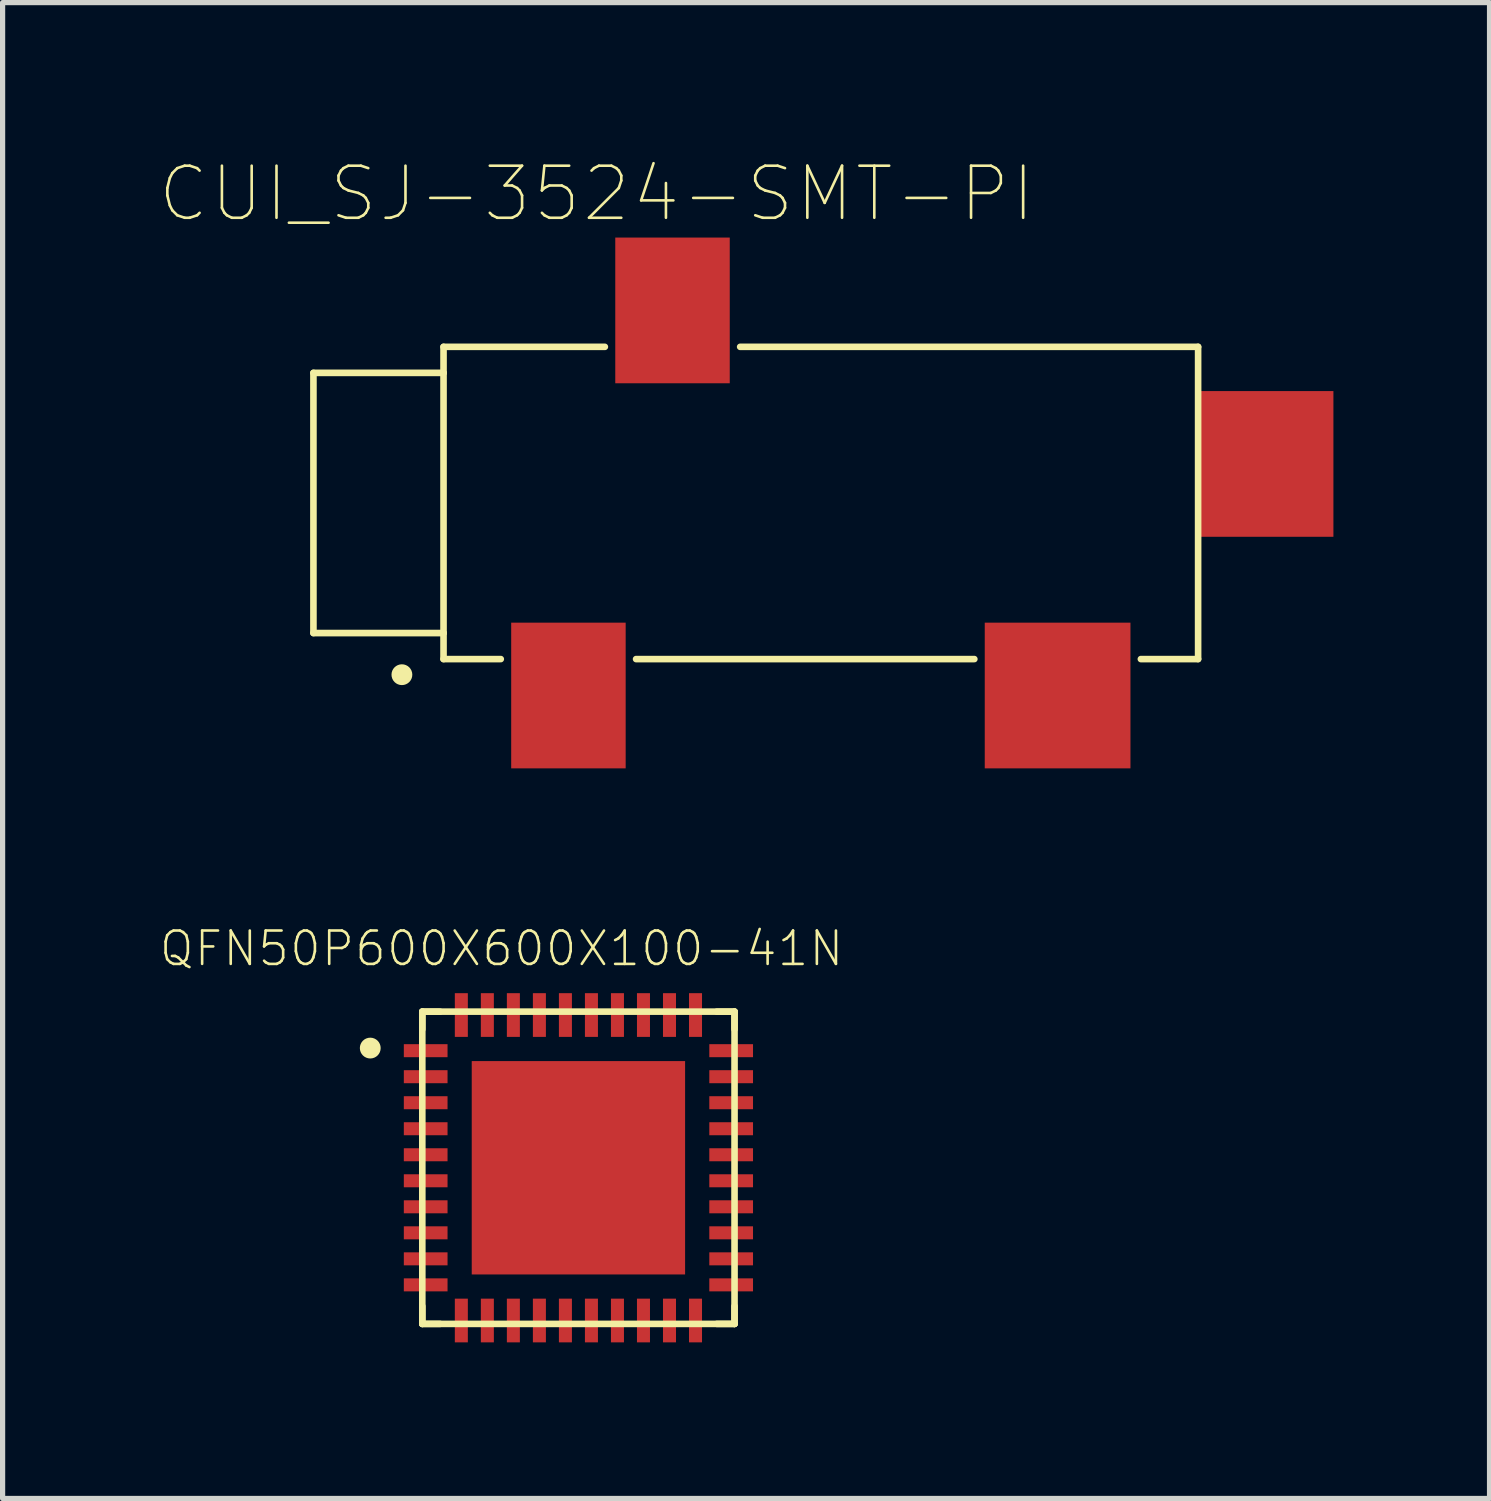
<source format=kicad_pcb>
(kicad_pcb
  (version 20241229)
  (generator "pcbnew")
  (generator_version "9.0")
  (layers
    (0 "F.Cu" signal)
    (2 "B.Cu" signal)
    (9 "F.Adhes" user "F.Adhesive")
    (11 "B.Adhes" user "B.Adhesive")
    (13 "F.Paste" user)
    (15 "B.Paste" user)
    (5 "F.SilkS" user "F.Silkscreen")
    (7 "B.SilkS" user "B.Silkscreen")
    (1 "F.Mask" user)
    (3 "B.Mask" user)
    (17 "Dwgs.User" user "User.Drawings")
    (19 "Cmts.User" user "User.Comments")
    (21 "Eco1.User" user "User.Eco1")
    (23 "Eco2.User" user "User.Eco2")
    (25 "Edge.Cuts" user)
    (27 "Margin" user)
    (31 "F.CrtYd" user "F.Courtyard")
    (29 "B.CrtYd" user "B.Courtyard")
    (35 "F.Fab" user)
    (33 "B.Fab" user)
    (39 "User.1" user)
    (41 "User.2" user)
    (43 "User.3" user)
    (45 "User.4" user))
  (footprint "CUI_SJ-3524-SMT-PI"
    (layer "F.Cu")
    (at 8.973 6.615)
    (property "Reference" "CUI_SJ-3524-SMT-PI" (at -0.561 -5.941 0) (layer "F.SilkS") (effects (font (size 1.001 1.001) (thickness 0.05))))
    (attr smd)
    (fp_line (start -6 -2.5) (end -6 2.5) (stroke (width 0.127) (type solid)) (layer "F.SilkS"))
    (fp_line (start -6 2.5) (end -3.5 2.5) (stroke (width 0.127) (type solid)) (layer "F.SilkS"))
    (fp_line (start -3.5 -3) (end -0.4 -3) (stroke (width 0.127) (type solid)) (layer "F.SilkS"))
    (fp_line (start -3.5 -2.5) (end -6 -2.5) (stroke (width 0.127) (type solid)) (layer "F.SilkS"))
    (fp_line (start -3.5 -2.5) (end -3.5 -3) (stroke (width 0.127) (type solid)) (layer "F.SilkS"))
    (fp_line (start -3.5 2.5) (end -3.5 -2.5) (stroke (width 0.127) (type solid)) (layer "F.SilkS"))
    (fp_line (start -3.5 3) (end -3.5 2.5) (stroke (width 0.127) (type solid)) (layer "F.SilkS"))
    (fp_line (start -3.5 3) (end -2.4 3) (stroke (width 0.127) (type solid)) (layer "F.SilkS"))
    (fp_line (start 0.2 3) (end 6.7 3) (stroke (width 0.127) (type solid)) (layer "F.SilkS"))
    (fp_line (start 2.2 -3) (end 11 -3) (stroke (width 0.127) (type solid)) (layer "F.SilkS"))
    (fp_line (start 9.9 3) (end 11 3) (stroke (width 0.127) (type solid)) (layer "F.SilkS"))
    (fp_line (start 11 -3) (end 11 3) (stroke (width 0.127) (type solid)) (layer "F.SilkS"))
    (fp_circle (center -4.3 3.3) (end -4.2 3.3) (stroke (width 0.2) (type solid)) (fill no) (layer "F.SilkS"))
    (fp_line (start -6 -2.5) (end -6 2.5) (stroke (width 0.127) (type solid)) (layer "Eco2.User"))
    (fp_line (start -6 2.5) (end -3.5 2.5) (stroke (width 0.127) (type solid)) (layer "Eco2.User"))
    (fp_line (start -3.5 -2.5) (end -6 -2.5) (stroke (width 0.127) (type solid)) (layer "Eco2.User"))
    (fp_line (start -3.5 3) (end -3.5 -3) (stroke (width 0.127) (type solid)) (layer "Eco2.User"))
    (fp_line (start 11 -3) (end 11 3) (stroke (width 0.127) (type solid)) (layer "Eco2.User"))
    (fp_circle (center -4.3 3.3) (end -4.2 3.3) (stroke (width 0.2) (type solid)) (fill no) (layer "Eco2.User"))
    (pad "1" smd rect (at -1.1 3.7) (size 2.2 2.8) (layers "F.Cu" "F.Mask" "F.Paste"))
    (pad "2" smd rect (at 8.3 3.7) (size 2.8 2.8) (layers "F.Cu" "F.Mask" "F.Paste"))
    (pad "3" smd rect (at 0.9 -3.7) (size 2.2 2.8) (layers "F.Cu" "F.Mask" "F.Paste"))
    (pad "4" smd rect (at 12.3 -0.75) (size 2.6 2.8) (layers "F.Cu" "F.Mask" "F.Paste")))
  (footprint "QFN50P600X600X100-41N"
    (layer "F.Cu")
    (at 8.065 19.39)
    (property "Reference" "QFN50P600X600X100-41N" (at -1.477 -4.212 0) (layer "F.SilkS") (effects (font (size 0.641 0.641) (thickness 0.05))))
    (attr smd)
    (fp_line (start -3 -3) (end -3 -2.66) (stroke (width 0.127) (type solid)) (layer "F.SilkS"))
    (fp_line (start -3 -3) (end 3 -3) (stroke (width 0.127) (type solid)) (layer "F.SilkS"))
    (fp_line (start -3 3) (end -3 -3) (stroke (width 0.127) (type solid)) (layer "F.SilkS"))
    (fp_line (start -3 3) (end -3 2.66) (stroke (width 0.127) (type solid)) (layer "F.SilkS"))
    (fp_line (start -2.66 -3) (end -3 -3) (stroke (width 0.127) (type solid)) (layer "F.SilkS"))
    (fp_line (start -2.66 3) (end -3 3) (stroke (width 0.127) (type solid)) (layer "F.SilkS"))
    (fp_line (start 2.66 -3) (end 3 -3) (stroke (width 0.127) (type solid)) (layer "F.SilkS"))
    (fp_line (start 2.66 3) (end 3 3) (stroke (width 0.127) (type solid)) (layer "F.SilkS"))
    (fp_line (start 3 -3) (end 3 -2.66) (stroke (width 0.127) (type solid)) (layer "F.SilkS"))
    (fp_line (start 3 -3) (end 3 3) (stroke (width 0.127) (type solid)) (layer "F.SilkS"))
    (fp_line (start 3 3) (end -3 3) (stroke (width 0.127) (type solid)) (layer "F.SilkS"))
    (fp_line (start 3 3) (end 3 2.66) (stroke (width 0.127) (type solid)) (layer "F.SilkS"))
    (fp_circle (center -4 -2.3) (end -3.9 -2.3) (stroke (width 0.2) (type solid)) (fill no) (layer "F.SilkS"))
    (fp_poly (pts (xy -1.303 -1.3) (xy 1.3 -1.3) (xy 1.3 1.303) (xy -1.303 1.303)) (stroke (width 0) (type solid)) (fill yes) (layer "F.Paste"))
    (fp_circle (center -4 -2.3) (end -3.9 -2.3) (stroke (width 0.2) (type solid)) (fill no) (layer "Eco2.User"))
    (pad "1" smd rect (at -2.935 -2.25 180) (size 0.84 0.25) (layers "F.Cu" "F.Mask" "F.Paste"))
    (pad "2" smd rect (at -2.935 -1.75 180) (size 0.84 0.25) (layers "F.Cu" "F.Mask" "F.Paste"))
    (pad "3" smd rect (at -2.935 -1.25 180) (size 0.84 0.25) (layers "F.Cu" "F.Mask" "F.Paste"))
    (pad "4" smd rect (at -2.935 -0.75 180) (size 0.84 0.25) (layers "F.Cu" "F.Mask" "F.Paste"))
    (pad "5" smd rect (at -2.935 -0.25 180) (size 0.84 0.25) (layers "F.Cu" "F.Mask" "F.Paste"))
    (pad "6" smd rect (at -2.935 0.25 180) (size 0.84 0.25) (layers "F.Cu" "F.Mask" "F.Paste"))
    (pad "7" smd rect (at -2.935 0.75 180) (size 0.84 0.25) (layers "F.Cu" "F.Mask" "F.Paste"))
    (pad "8" smd rect (at -2.935 1.25 180) (size 0.84 0.25) (layers "F.Cu" "F.Mask" "F.Paste"))
    (pad "9" smd rect (at -2.935 1.75 180) (size 0.84 0.25) (layers "F.Cu" "F.Mask" "F.Paste"))
    (pad "10" smd rect (at -2.935 2.25 180) (size 0.84 0.25) (layers "F.Cu" "F.Mask" "F.Paste"))
    (pad "11" smd rect (at -2.25 2.935 270) (size 0.84 0.25) (layers "F.Cu" "F.Mask" "F.Paste"))
    (pad "12" smd rect (at -1.75 2.935 270) (size 0.84 0.25) (layers "F.Cu" "F.Mask" "F.Paste"))
    (pad "13" smd rect (at -1.25 2.935 270) (size 0.84 0.25) (layers "F.Cu" "F.Mask" "F.Paste"))
    (pad "14" smd rect (at -0.75 2.935 270) (size 0.84 0.25) (layers "F.Cu" "F.Mask" "F.Paste"))
    (pad "15" smd rect (at -0.25 2.935 270) (size 0.84 0.25) (layers "F.Cu" "F.Mask" "F.Paste"))
    (pad "16" smd rect (at 0.25 2.935 270) (size 0.84 0.25) (layers "F.Cu" "F.Mask" "F.Paste"))
    (pad "17" smd rect (at 0.75 2.935 270) (size 0.84 0.25) (layers "F.Cu" "F.Mask" "F.Paste"))
    (pad "18" smd rect (at 1.25 2.935 270) (size 0.84 0.25) (layers "F.Cu" "F.Mask" "F.Paste"))
    (pad "19" smd rect (at 1.75 2.935 270) (size 0.84 0.25) (layers "F.Cu" "F.Mask" "F.Paste"))
    (pad "20" smd rect (at 2.25 2.935 270) (size 0.84 0.25) (layers "F.Cu" "F.Mask" "F.Paste"))
    (pad "21" smd rect (at 2.935 2.25) (size 0.84 0.25) (layers "F.Cu" "F.Mask" "F.Paste"))
    (pad "22" smd rect (at 2.935 1.75) (size 0.84 0.25) (layers "F.Cu" "F.Mask" "F.Paste"))
    (pad "23" smd rect (at 2.935 1.25) (size 0.84 0.25) (layers "F.Cu" "F.Mask" "F.Paste"))
    (pad "24" smd rect (at 2.935 0.75) (size 0.84 0.25) (layers "F.Cu" "F.Mask" "F.Paste"))
    (pad "25" smd rect (at 2.935 0.25) (size 0.84 0.25) (layers "F.Cu" "F.Mask" "F.Paste"))
    (pad "26" smd rect (at 2.935 -0.25) (size 0.84 0.25) (layers "F.Cu" "F.Mask" "F.Paste"))
    (pad "27" smd rect (at 2.935 -0.75) (size 0.84 0.25) (layers "F.Cu" "F.Mask" "F.Paste"))
    (pad "28" smd rect (at 2.935 -1.25) (size 0.84 0.25) (layers "F.Cu" "F.Mask" "F.Paste"))
    (pad "29" smd rect (at 2.935 -1.75) (size 0.84 0.25) (layers "F.Cu" "F.Mask" "F.Paste"))
    (pad "30" smd rect (at 2.935 -2.25) (size 0.84 0.25) (layers "F.Cu" "F.Mask" "F.Paste"))
    (pad "31" smd rect (at 2.25 -2.935 90) (size 0.84 0.25) (layers "F.Cu" "F.Mask" "F.Paste"))
    (pad "32" smd rect (at 1.75 -2.935 90) (size 0.84 0.25) (layers "F.Cu" "F.Mask" "F.Paste"))
    (pad "33" smd rect (at 1.25 -2.935 90) (size 0.84 0.25) (layers "F.Cu" "F.Mask" "F.Paste"))
    (pad "34" smd rect (at 0.75 -2.935 90) (size 0.84 0.25) (layers "F.Cu" "F.Mask" "F.Paste"))
    (pad "35" smd rect (at 0.25 -2.935 90) (size 0.84 0.25) (layers "F.Cu" "F.Mask" "F.Paste"))
    (pad "36" smd rect (at -0.25 -2.935 90) (size 0.84 0.25) (layers "F.Cu" "F.Mask" "F.Paste"))
    (pad "37" smd rect (at -0.75 -2.935 90) (size 0.84 0.25) (layers "F.Cu" "F.Mask" "F.Paste"))
    (pad "38" smd rect (at -1.25 -2.935 90) (size 0.84 0.25) (layers "F.Cu" "F.Mask" "F.Paste"))
    (pad "39" smd rect (at -1.75 -2.935 90) (size 0.84 0.25) (layers "F.Cu" "F.Mask" "F.Paste"))
    (pad "40" smd rect (at -2.25 -2.935 90) (size 0.84 0.25) (layers "F.Cu" "F.Mask" "F.Paste"))
    (pad "41" smd rect (at 0 0) (size 4.1 4.1) (layers "F.Cu" "F.Mask" "F.Paste")))
  (gr_rect
    (start -3 -3)
    (end 25.573 25.745)
    (stroke (width 0.1) (type default))
    (fill no)
    (layer "Edge.Cuts")))
</source>
